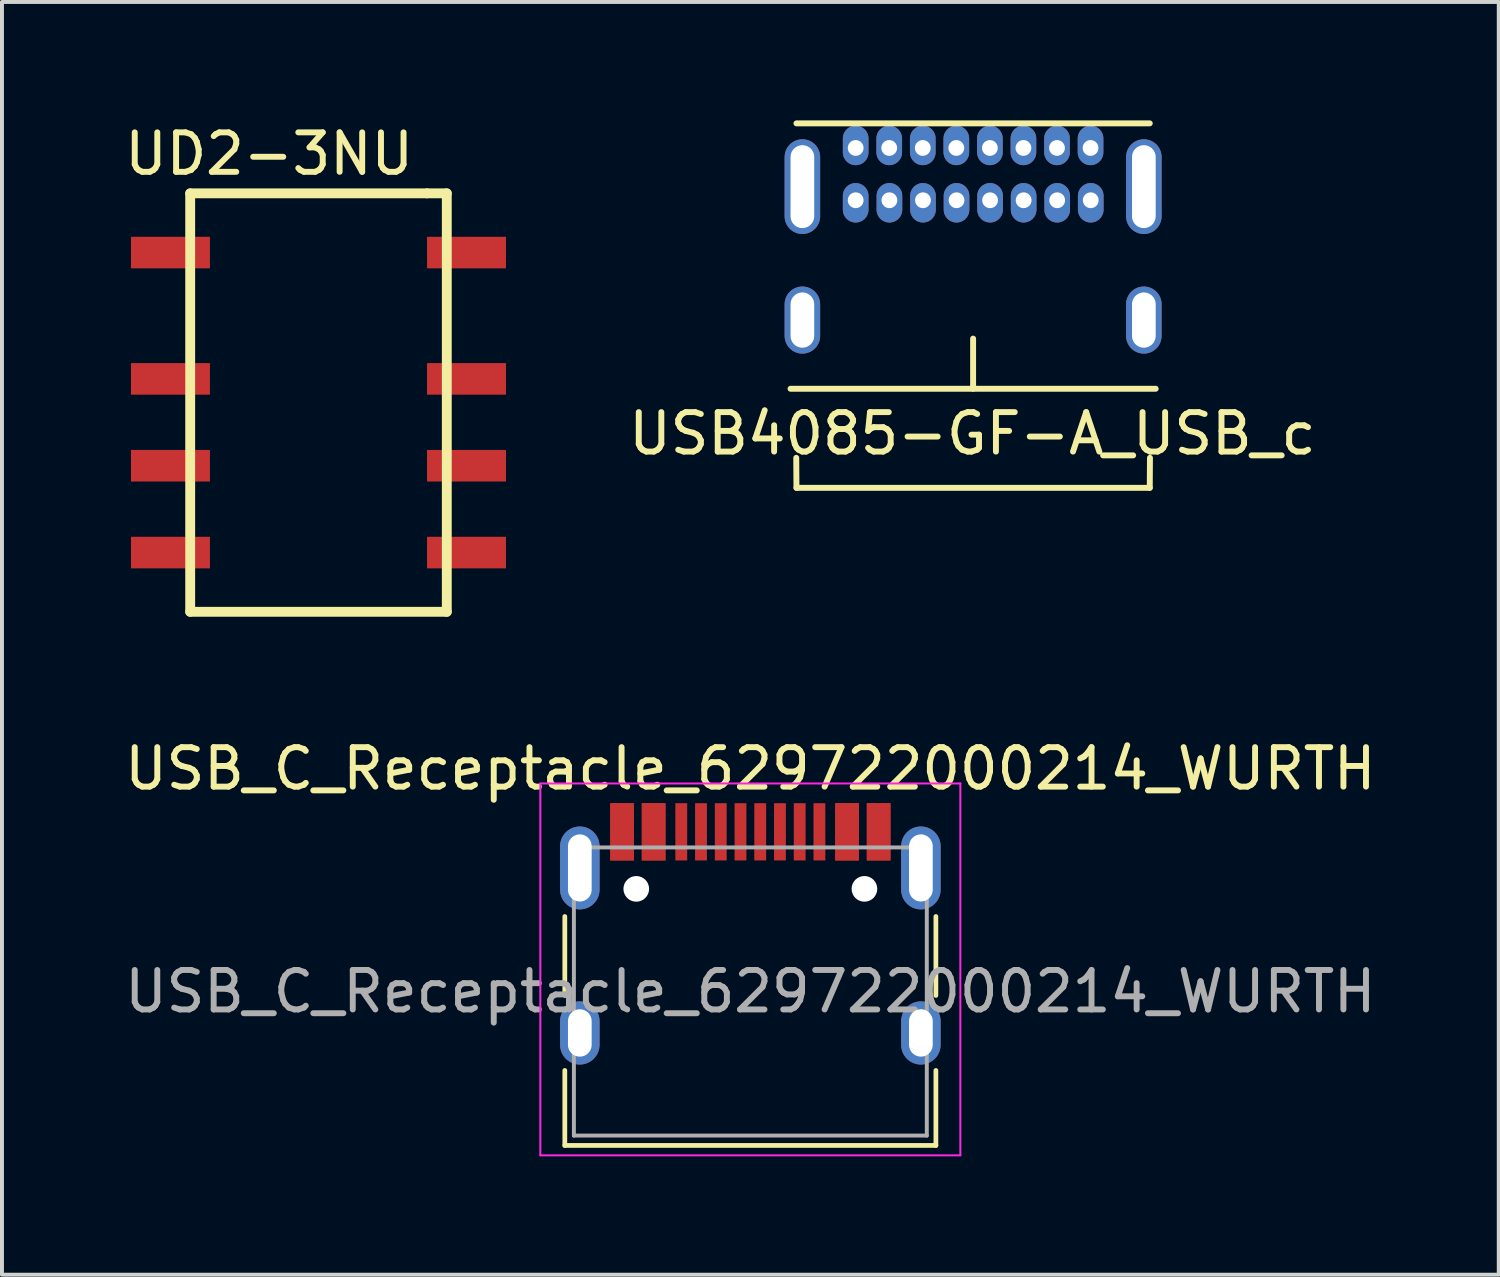
<source format=kicad_pcb>
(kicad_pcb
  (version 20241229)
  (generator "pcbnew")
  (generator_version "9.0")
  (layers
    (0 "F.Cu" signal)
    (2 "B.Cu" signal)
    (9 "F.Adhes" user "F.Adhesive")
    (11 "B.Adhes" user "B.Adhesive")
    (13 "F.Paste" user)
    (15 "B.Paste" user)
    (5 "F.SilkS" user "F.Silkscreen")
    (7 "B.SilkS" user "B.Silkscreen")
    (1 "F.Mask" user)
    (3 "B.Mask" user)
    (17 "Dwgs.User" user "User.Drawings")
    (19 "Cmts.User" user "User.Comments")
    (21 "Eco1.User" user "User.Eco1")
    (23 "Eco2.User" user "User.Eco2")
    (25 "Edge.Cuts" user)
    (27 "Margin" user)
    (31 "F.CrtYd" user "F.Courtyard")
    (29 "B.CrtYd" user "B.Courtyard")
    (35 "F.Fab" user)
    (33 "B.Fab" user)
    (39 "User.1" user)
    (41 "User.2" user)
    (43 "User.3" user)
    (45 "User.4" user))
  (footprint "USB_C_Receptacle_629722000214_WURTH"
    (layer "F.Cu")
    (at 15.958 22.067)
    (property "Reference" "USB_C_Receptacle_629722000214_WURTH" (at 0 -5.645 0) (layer "F.SilkS") (effects (font (size 1 1) (thickness 0.15))))
    (attr smd)
    (fp_line (start -4.7 -1.9) (end -4.7 0.1) (stroke (width 0.12) (type solid)) (layer "F.SilkS"))
    (fp_line (start -4.7 2) (end -4.7 3.9) (stroke (width 0.12) (type solid)) (layer "F.SilkS"))
    (fp_line (start -4.7 3.9) (end 4.7 3.9) (stroke (width 0.12) (type solid)) (layer "F.SilkS"))
    (fp_line (start 4.7 -1.9) (end 4.7 0.1) (stroke (width 0.12) (type solid)) (layer "F.SilkS"))
    (fp_line (start 4.7 2) (end 4.7 3.9) (stroke (width 0.12) (type solid)) (layer "F.SilkS"))
    (fp_line (start -5.32 -5.27) (end -5.32 4.15) (stroke (width 0.05) (type solid)) (layer "F.CrtYd"))
    (fp_line (start -5.32 -5.27) (end 5.32 -5.27) (stroke (width 0.05) (type solid)) (layer "F.CrtYd"))
    (fp_line (start -5.32 4.15) (end 5.32 4.15) (stroke (width 0.05) (type solid)) (layer "F.CrtYd"))
    (fp_line (start 5.32 -5.27) (end 5.32 4.15) (stroke (width 0.05) (type solid)) (layer "F.CrtYd"))
    (fp_line (start -4.47 -3.65) (end -4.47 3.65) (stroke (width 0.1) (type solid)) (layer "F.Fab"))
    (fp_line (start -4.47 -3.65) (end 4.47 -3.65) (stroke (width 0.1) (type solid)) (layer "F.Fab"))
    (fp_line (start -4.47 3.65) (end 4.47 3.65) (stroke (width 0.1) (type solid)) (layer "F.Fab"))
    (fp_line (start 4.47 -3.65) (end 4.47 3.65) (stroke (width 0.1) (type solid)) (layer "F.Fab"))
    (fp_text user "${REFERENCE}" (at 0 0 0) (layer "F.Fab") (effects (font (size 1 1) (thickness 0.15))))
    (pad "" np_thru_hole circle (at -2.89 -2.6) (size 0.65 0.65) (drill 0.65) (layers "*.Cu" "*.Mask"))
    (pad "" np_thru_hole circle (at 2.89 -2.6) (size 0.65 0.65) (drill 0.65) (layers "*.Cu" "*.Mask"))
    (pad "A1" smd rect (at -3.25 -4.045) (size 0.6 1.45) (layers "F.Cu" "F.Mask" "F.Paste"))
    (pad "A4" smd rect (at -2.45 -4.045) (size 0.6 1.45) (layers "F.Cu" "F.Mask" "F.Paste"))
    (pad "A5" smd rect (at -1.25 -4.045) (size 0.3 1.45) (layers "F.Cu" "F.Mask" "F.Paste"))
    (pad "A6" smd rect (at -0.25 -4.045) (size 0.3 1.45) (layers "F.Cu" "F.Mask" "F.Paste"))
    (pad "A7" smd rect (at 0.25 -4.045) (size 0.3 1.45) (layers "F.Cu" "F.Mask" "F.Paste"))
    (pad "A8" smd rect (at 1.25 -4.045) (size 0.3 1.45) (layers "F.Cu" "F.Mask" "F.Paste"))
    (pad "A9" smd rect (at 2.45 -4.045) (size 0.6 1.45) (layers "F.Cu" "F.Mask" "F.Paste"))
    (pad "A12" smd rect (at 3.25 -4.045) (size 0.6 1.45) (layers "F.Cu" "F.Mask" "F.Paste"))
    (pad "B1" smd rect (at 3.25 -4.045) (size 0.6 1.45) (layers "F.Cu" "F.Mask" "F.Paste"))
    (pad "B4" smd rect (at 2.45 -4.045) (size 0.6 1.45) (layers "F.Cu" "F.Mask" "F.Paste"))
    (pad "B5" smd rect (at 1.75 -4.045) (size 0.3 1.45) (layers "F.Cu" "F.Mask" "F.Paste"))
    (pad "B6" smd rect (at 0.75 -4.045) (size 0.3 1.45) (layers "F.Cu" "F.Mask" "F.Paste"))
    (pad "B7" smd rect (at -0.75 -4.045) (size 0.3 1.45) (layers "F.Cu" "F.Mask" "F.Paste"))
    (pad "B8" smd rect (at -1.75 -4.045) (size 0.3 1.45) (layers "F.Cu" "F.Mask" "F.Paste"))
    (pad "B9" smd rect (at -2.45 -4.045) (size 0.6 1.45) (layers "F.Cu" "F.Mask" "F.Paste"))
    (pad "B12" smd rect (at -3.25 -4.045) (size 0.6 1.45) (layers "F.Cu" "F.Mask" "F.Paste"))
    (pad "S1" thru_hole oval (at -4.32 -3.13) (size 1 2.1) (drill oval 0.6 1.7) (layers "*.Cu" "*.Mask"))
    (pad "S1" thru_hole oval (at -4.32 1.05) (size 1 1.6) (drill oval 0.6 1.2) (layers "*.Cu" "*.Mask"))
    (pad "S1" thru_hole oval (at 4.32 -3.13) (size 1 2.1) (drill oval 0.6 1.7) (layers "*.Cu" "*.Mask"))
    (pad "S1" thru_hole oval (at 4.32 1.05) (size 1 1.6) (drill oval 0.6 1.2) (layers "*.Cu" "*.Mask")))
  (footprint "USB4085-GF-A_USB_c"
    (layer "F.Cu")
    (at 21.601 6.798)
    (property "Reference" "USB4085-GF-A_USB_c" (at -0.017 1.137 0) (layer "F.SilkS") (effects (font (size 1 1) (thickness 0.15))))
    (attr through_hole)
    (fp_line (start -4.625 0) (end 4.625 0) (stroke (width 0.15) (type solid)) (layer "F.SilkS"))
    (fp_line (start -4.475 -6.723) (end 4.475 -6.723) (stroke (width 0.15) (type solid)) (layer "F.SilkS"))
    (fp_line (start -4.475 2.51) (end -4.48 1.75) (stroke (width 0.15) (type solid)) (layer "F.SilkS"))
    (fp_line (start -4.475 2.51) (end 4.475 2.51) (stroke (width 0.15) (type solid)) (layer "F.SilkS"))
    (fp_line (start 0 0) (end 0 -1.27) (stroke (width 0.15) (type solid)) (layer "F.SilkS"))
    (fp_line (start 4.48 1.75) (end 4.475 2.51) (stroke (width 0.15) (type solid)) (layer "F.SilkS"))
    (pad "A1" thru_hole oval (at -2.975 -6.1) (size 0.65 1) (drill 0.4 (offset 0 -0.064)) (layers "*.Cu" "*.Mask"))
    (pad "A4" thru_hole oval (at -2.125 -6.1) (size 0.65 1) (drill 0.4 (offset 0 -0.064)) (layers "*.Cu" "*.Mask"))
    (pad "A5" thru_hole oval (at -1.275 -6.1) (size 0.65 1) (drill 0.4 (offset 0 -0.064)) (layers "*.Cu" "*.Mask"))
    (pad "A6" thru_hole oval (at -0.425 -6.1) (size 0.65 1) (drill 0.4 (offset 0 -0.064)) (layers "*.Cu" "*.Mask"))
    (pad "A7" thru_hole oval (at 0.425 -6.1) (size 0.65 1) (drill 0.4 (offset 0 -0.064)) (layers "*.Cu" "*.Mask"))
    (pad "A8" thru_hole oval (at 1.275 -6.1) (size 0.65 1) (drill 0.4 (offset 0 -0.064)) (layers "*.Cu" "*.Mask"))
    (pad "A9" thru_hole oval (at 2.125 -6.1) (size 0.65 1) (drill 0.4 (offset 0 -0.064)) (layers "*.Cu" "*.Mask"))
    (pad "A12" thru_hole oval (at 2.975 -6.1) (size 0.65 1) (drill 0.4 (offset 0 -0.064)) (layers "*.Cu" "*.Mask"))
    (pad "B1" thru_hole oval (at 2.98 -4.775) (size 0.65 1) (drill 0.4 (offset 0 0.064)) (layers "*.Cu" "*.Mask"))
    (pad "B4" thru_hole oval (at 2.13 -4.775) (size 0.65 1) (drill 0.4 (offset 0 0.064)) (layers "*.Cu" "*.Mask"))
    (pad "B5" thru_hole oval (at 1.28 -4.775) (size 0.65 1) (drill 0.4 (offset 0 0.064)) (layers "*.Cu" "*.Mask"))
    (pad "B6" thru_hole oval (at 0.43 -4.775) (size 0.65 1) (drill 0.4 (offset 0 0.064)) (layers "*.Cu" "*.Mask"))
    (pad "B7" thru_hole oval (at -0.42 -4.775) (size 0.65 1) (drill 0.4 (offset 0 0.064)) (layers "*.Cu" "*.Mask"))
    (pad "B8" thru_hole oval (at -1.27 -4.775) (size 0.65 1) (drill 0.4 (offset 0 0.064)) (layers "*.Cu" "*.Mask"))
    (pad "B9" thru_hole oval (at -2.12 -4.775) (size 0.65 1) (drill 0.4 (offset 0 0.064)) (layers "*.Cu" "*.Mask"))
    (pad "B12" thru_hole oval (at -2.975 -4.775) (size 0.65 1) (drill 0.4 (offset 0 0.064)) (layers "*.Cu" "*.Mask"))
    (pad "S1" thru_hole oval (at -4.325 -5.12) (size 0.9 2.4) (drill oval 0.6 2.1) (layers "*.Cu" "*.Mask"))
    (pad "S1" thru_hole oval (at -4.325 -1.74) (size 0.9 1.7) (drill oval 0.6 1.4) (layers "*.Cu" "*.Mask"))
    (pad "S1" thru_hole oval (at 4.325 -5.12) (size 0.9 2.4) (drill oval 0.6 2.1) (layers "*.Cu" "*.Mask"))
    (pad "S1" thru_hole oval (at 4.325 -1.74) (size 0.9 1.7) (drill oval 0.6 1.4) (layers "*.Cu" "*.Mask")))
  (footprint "UD2-3NU"
    (layer "F.Cu")
    (at 1.768 1.848)
    (property "Reference" "UD2-3NU" (at 2 -1 0) (layer "F.SilkS") (effects (font (size 1 1) (thickness 0.15))))
    (attr through_hole)
    (fp_line (start 0 0) (end 0 10.6) (stroke (width 0.25) (type solid)) (layer "F.SilkS"))
    (fp_line (start 0 0) (end 6 0) (stroke (width 0.25) (type solid)) (layer "F.SilkS"))
    (fp_line (start 0 10.6) (end 6.5 10.6) (stroke (width 0.25) (type solid)) (layer "F.SilkS"))
    (fp_line (start 6.5 0) (end 6 0) (stroke (width 0.25) (type solid)) (layer "F.SilkS"))
    (fp_line (start 6.5 0) (end 6.5 10.6) (stroke (width 0.25) (type solid)) (layer "F.SilkS"))
    (pad "1" smd rect (at -0.5 1.5 90) (size 0.8 2) (layers "F.Cu" "F.Mask" "F.Paste"))
    (pad "2" smd rect (at -0.5 4.7 90) (size 0.8 2) (layers "F.Cu" "F.Mask" "F.Paste"))
    (pad "3" smd rect (at -0.5 6.9 90) (size 0.8 2) (layers "F.Cu" "F.Mask" "F.Paste"))
    (pad "4" smd rect (at -0.5 9.1 90) (size 0.8 2) (layers "F.Cu" "F.Mask" "F.Paste"))
    (pad "5" smd rect (at 7 9.1 90) (size 0.8 2) (layers "F.Cu" "F.Mask" "F.Paste"))
    (pad "6" smd rect (at 7 6.9 90) (size 0.8 2) (layers "F.Cu" "F.Mask" "F.Paste"))
    (pad "7" smd rect (at 7 4.7 90) (size 0.8 2) (layers "F.Cu" "F.Mask" "F.Paste"))
    (pad "8" smd rect (at 7 1.5 90) (size 0.8 2) (layers "F.Cu" "F.Mask" "F.Paste")))
  (gr_rect
    (start -3 -3)
    (end 34.917 29.241)
    (stroke (width 0.1) (type default))
    (fill no)
    (layer "Edge.Cuts")))
</source>
